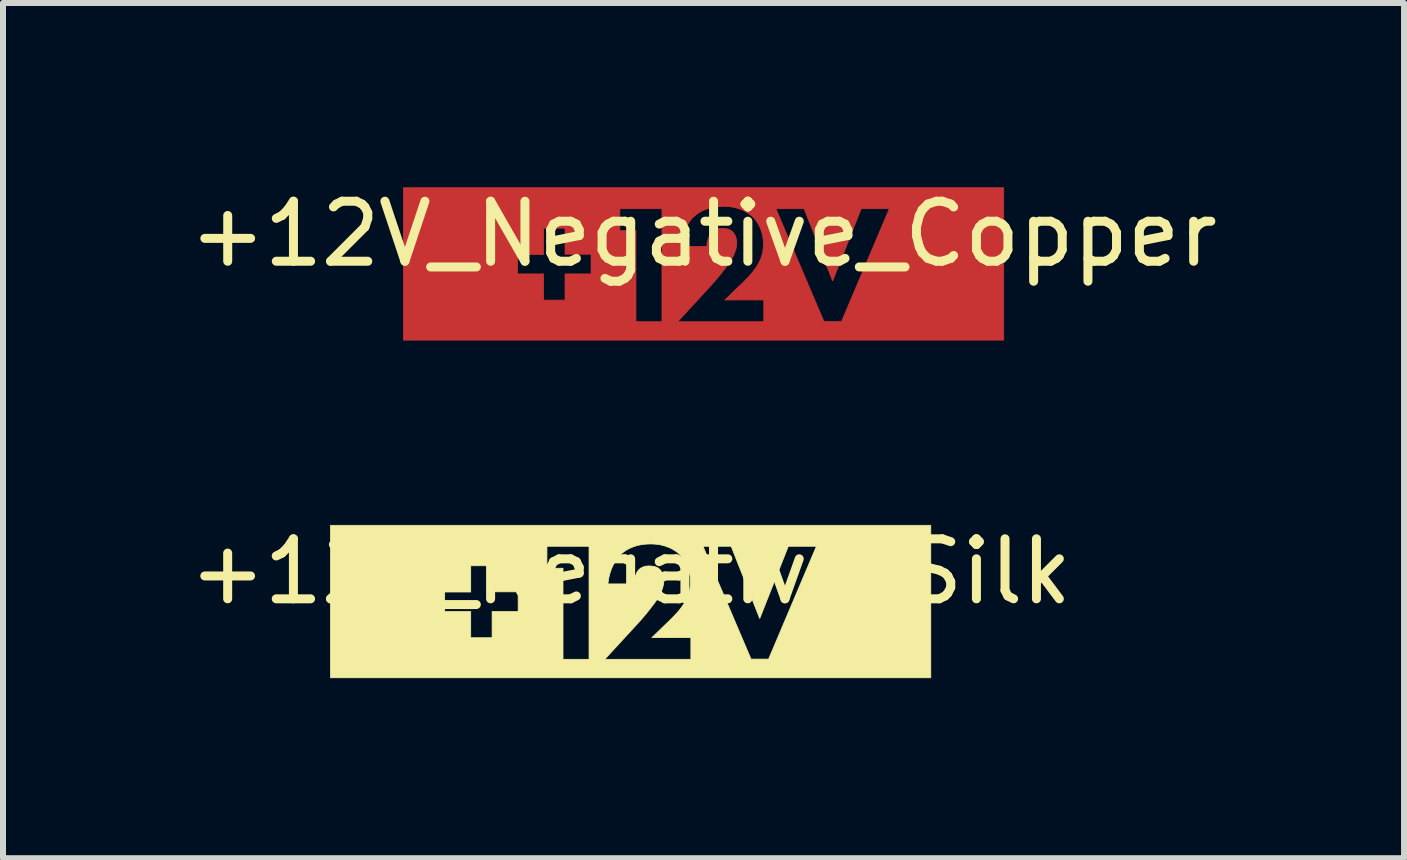
<source format=kicad_pcb>
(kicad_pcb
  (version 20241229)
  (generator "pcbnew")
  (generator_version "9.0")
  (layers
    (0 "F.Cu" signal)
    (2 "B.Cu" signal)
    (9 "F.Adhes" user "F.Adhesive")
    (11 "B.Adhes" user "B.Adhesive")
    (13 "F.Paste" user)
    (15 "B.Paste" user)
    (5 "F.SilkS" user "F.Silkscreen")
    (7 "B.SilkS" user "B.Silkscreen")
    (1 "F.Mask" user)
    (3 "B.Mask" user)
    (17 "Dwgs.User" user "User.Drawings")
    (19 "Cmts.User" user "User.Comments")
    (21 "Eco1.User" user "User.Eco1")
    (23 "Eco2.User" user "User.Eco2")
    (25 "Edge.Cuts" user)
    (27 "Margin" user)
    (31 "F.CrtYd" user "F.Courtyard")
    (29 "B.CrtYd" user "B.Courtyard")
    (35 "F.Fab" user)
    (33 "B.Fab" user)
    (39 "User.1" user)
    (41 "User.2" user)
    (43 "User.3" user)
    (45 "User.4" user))
  (footprint "+12V_Negative_Silk"
    (layer "F.Cu")
    (at 7.458 6.973)
    (property "Reference" "+12V_Negative_Silk" (at 0 -0.5 0) (unlocked yes) (layer "F.SilkS") (effects (font (size 1 1) (thickness 0.15))))
    (fp_poly (pts (xy 5.001 1.27) (xy -5 1.27) (xy -5 0.967) (xy 1.004 0.967) (xy 1.008 0.963) (xy 1.004 0.963) (xy 1.004 0.967) (xy -5 0.967) (xy -5 0.166) (xy -3.099 0.166) (xy -2.665 0.166) (xy -2.665 0.603) (xy -2.308 0.603) (xy -2.308 0.166) (xy -1.874 0.166) (xy -1.874 -0.162) (xy -2.308 -0.162) (xy -2.308 -0.554) (xy -1.395 -0.554) (xy -1.127 -0.554) (xy -1.127 0.963) (xy -0.693 0.963) (xy -0.432 0.963) (xy 1.004 0.963) (xy 1.004 0.6) (xy 0.355 0.6) (xy 0.553 0.409) (xy 0.598 0.366) (xy 0.641 0.325) (xy 0.682 0.285) (xy 0.72 0.246) (xy 0.757 0.206) (xy 0.775 0.187) (xy 0.792 0.167) (xy 0.809 0.147) (xy 0.825 0.126) (xy 0.841 0.106) (xy 0.856 0.085) (xy 0.873 0.061) (xy 0.889 0.037) (xy 0.903 0.013) (xy 0.917 -0.011) (xy 0.929 -0.035) (xy 0.941 -0.059) (xy 0.952 -0.084) (xy 0.961 -0.109) (xy 0.969 -0.134) (xy 0.977 -0.161) (xy 0.983 -0.187) (xy 0.988 -0.214) (xy 0.992 -0.243) (xy 0.995 -0.271) (xy 0.997 -0.301) (xy 0.997 -0.332) (xy 0.996 -0.368) (xy 0.994 -0.403) (xy 0.99 -0.437) (xy 0.984 -0.47) (xy 0.977 -0.502) (xy 0.968 -0.533) (xy 0.959 -0.563) (xy 0.947 -0.592) (xy 0.935 -0.62) (xy 0.922 -0.646) (xy 0.907 -0.672) (xy 0.892 -0.697) (xy 0.875 -0.72) (xy 0.858 -0.742) (xy 0.84 -0.763) (xy 0.821 -0.783) (xy 0.792 -0.809) (xy 0.774 -0.823) (xy 0.754 -0.838) (xy 0.732 -0.852) (xy 0.708 -0.867) (xy 0.682 -0.881) (xy 0.653 -0.895) (xy 0.622 -0.908) (xy 0.588 -0.92) (xy 0.587 -0.921) (xy 1.205 -0.921) (xy 2.006 0.96) (xy 2.299 0.96) (xy 3.096 -0.921) (xy 2.627 -0.921) (xy 2.151 0.282) (xy 1.675 -0.921) (xy 1.205 -0.921) (xy 0.587 -0.921) (xy 0.552 -0.931) (xy 0.514 -0.941) (xy 0.473 -0.949) (xy 0.429 -0.955) (xy 0.383 -0.958) (xy 0.334 -0.96) (xy 0.309 -0.959) (xy 0.285 -0.958) (xy 0.261 -0.957) (xy 0.239 -0.955) (xy 0.216 -0.953) (xy 0.194 -0.95) (xy 0.173 -0.946) (xy 0.153 -0.943) (xy 0.133 -0.938) (xy 0.113 -0.934) (xy 0.095 -0.929) (xy 0.076 -0.923) (xy 0.041 -0.911) (xy 0.009 -0.898) (xy -0.022 -0.884) (xy -0.051 -0.869) (xy -0.078 -0.853) (xy -0.103 -0.836) (xy -0.126 -0.819) (xy -0.147 -0.801) (xy -0.167 -0.783) (xy -0.185 -0.766) (xy -0.206 -0.742) (xy -0.226 -0.716) (xy -0.245 -0.69) (xy -0.262 -0.662) (xy -0.278 -0.634) (xy -0.293 -0.604) (xy -0.307 -0.574) (xy -0.32 -0.544) (xy -0.331 -0.513) (xy -0.342 -0.481) (xy -0.351 -0.449) (xy -0.359 -0.418) (xy -0.365 -0.386) (xy -0.371 -0.355) (xy -0.375 -0.324) (xy -0.379 -0.293) (xy 0.055 -0.293) (xy 0.056 -0.307) (xy 0.057 -0.322) (xy 0.058 -0.337) (xy 0.06 -0.353) (xy 0.063 -0.368) (xy 0.067 -0.384) (xy 0.071 -0.4) (xy 0.076 -0.416) (xy 0.081 -0.431) (xy 0.087 -0.447) (xy 0.093 -0.462) (xy 0.1 -0.476) (xy 0.107 -0.49) (xy 0.115 -0.502) (xy 0.124 -0.515) (xy 0.133 -0.526) (xy 0.14 -0.533) (xy 0.148 -0.54) (xy 0.156 -0.546) (xy 0.165 -0.552) (xy 0.174 -0.558) (xy 0.183 -0.564) (xy 0.193 -0.569) (xy 0.203 -0.574) (xy 0.214 -0.578) (xy 0.226 -0.582) (xy 0.238 -0.585) (xy 0.25 -0.588) (xy 0.263 -0.59) (xy 0.277 -0.591) (xy 0.291 -0.592) (xy 0.306 -0.593) (xy 0.32 -0.592) (xy 0.333 -0.592) (xy 0.346 -0.591) (xy 0.359 -0.589) (xy 0.372 -0.587) (xy 0.384 -0.585) (xy 0.395 -0.583) (xy 0.407 -0.579) (xy 0.418 -0.576) (xy 0.428 -0.572) (xy 0.438 -0.568) (xy 0.447 -0.563) (xy 0.456 -0.558) (xy 0.464 -0.552) (xy 0.472 -0.546) (xy 0.479 -0.54) (xy 0.487 -0.531) (xy 0.495 -0.522) (xy 0.503 -0.513) (xy 0.51 -0.503) (xy 0.516 -0.492) (xy 0.522 -0.481) (xy 0.528 -0.469) (xy 0.533 -0.457) (xy 0.537 -0.444) (xy 0.541 -0.432) (xy 0.545 -0.419) (xy 0.548 -0.406) (xy 0.55 -0.393) (xy 0.551 -0.379) (xy 0.552 -0.366) (xy 0.553 -0.353) (xy 0.553 -0.341) (xy 0.552 -0.329) (xy 0.55 -0.305) (xy 0.546 -0.282) (xy 0.541 -0.259) (xy 0.535 -0.236) (xy 0.528 -0.214) (xy 0.52 -0.193) (xy 0.512 -0.172) (xy 0.503 -0.151) (xy 0.494 -0.132) (xy 0.485 -0.113) (xy 0.475 -0.095) (xy 0.457 -0.063) (xy 0.44 -0.035) (xy 0.413 0.003) (xy 0.38 0.048) (xy 0.342 0.098) (xy 0.301 0.15) (xy 0.258 0.204) (xy 0.214 0.256) (xy 0.172 0.305) (xy 0.133 0.349) (xy -0.432 0.963) (xy -0.693 0.963) (xy -0.693 -0.921) (xy -1.395 -0.921) (xy -1.395 -0.554) (xy -2.308 -0.554) (xy -2.308 -0.596) (xy -2.665 -0.596) (xy -2.665 -0.159) (xy -3.099 -0.159) (xy -3.099 0.166) (xy -5 0.166) (xy -5 -0.159) (xy -3.099 -0.159) (xy -3.099 -0.162) (xy -3.099 -0.159) (xy -5 -0.159) (xy -5 -1.27) (xy 5.001 -1.27)) (stroke (width 0.013) (type solid)) (fill yes) (layer "F.SilkS")))
  (footprint "+12V_Negative_Copper"
    (layer "F.Cu")
    (at 8.673 1.348)
    (property "Reference" "+12V_Negative_Copper" (at 0 -0.5 0) (unlocked yes) (layer "F.SilkS") (effects (font (size 1 1) (thickness 0.15))))
    (fp_poly (pts (xy 5.001 1.27) (xy -5 1.27) (xy -5 0.967) (xy 1.004 0.967) (xy 1.008 0.963) (xy 1.004 0.963) (xy 1.004 0.967) (xy -5 0.967) (xy -5 0.166) (xy -3.099 0.166) (xy -2.665 0.166) (xy -2.665 0.603) (xy -2.308 0.603) (xy -2.308 0.166) (xy -1.874 0.166) (xy -1.874 -0.162) (xy -2.308 -0.162) (xy -2.308 -0.554) (xy -1.395 -0.554) (xy -1.127 -0.554) (xy -1.127 0.963) (xy -0.693 0.963) (xy -0.432 0.963) (xy 1.004 0.963) (xy 1.004 0.6) (xy 0.355 0.6) (xy 0.553 0.409) (xy 0.598 0.366) (xy 0.641 0.325) (xy 0.682 0.285) (xy 0.72 0.246) (xy 0.757 0.206) (xy 0.775 0.187) (xy 0.792 0.167) (xy 0.809 0.147) (xy 0.825 0.126) (xy 0.841 0.106) (xy 0.856 0.085) (xy 0.873 0.061) (xy 0.889 0.037) (xy 0.903 0.013) (xy 0.917 -0.011) (xy 0.929 -0.035) (xy 0.941 -0.059) (xy 0.952 -0.084) (xy 0.961 -0.109) (xy 0.969 -0.134) (xy 0.977 -0.161) (xy 0.983 -0.187) (xy 0.988 -0.214) (xy 0.992 -0.243) (xy 0.995 -0.271) (xy 0.997 -0.301) (xy 0.997 -0.332) (xy 0.996 -0.368) (xy 0.994 -0.403) (xy 0.99 -0.437) (xy 0.984 -0.47) (xy 0.977 -0.502) (xy 0.968 -0.533) (xy 0.959 -0.563) (xy 0.947 -0.592) (xy 0.935 -0.62) (xy 0.922 -0.646) (xy 0.907 -0.672) (xy 0.892 -0.697) (xy 0.875 -0.72) (xy 0.858 -0.742) (xy 0.84 -0.763) (xy 0.821 -0.783) (xy 0.792 -0.809) (xy 0.774 -0.823) (xy 0.754 -0.838) (xy 0.732 -0.852) (xy 0.708 -0.867) (xy 0.682 -0.881) (xy 0.653 -0.895) (xy 0.622 -0.908) (xy 0.588 -0.92) (xy 0.587 -0.921) (xy 1.205 -0.921) (xy 2.006 0.96) (xy 2.299 0.96) (xy 3.096 -0.921) (xy 2.627 -0.921) (xy 2.151 0.282) (xy 1.675 -0.921) (xy 1.205 -0.921) (xy 0.587 -0.921) (xy 0.552 -0.931) (xy 0.514 -0.941) (xy 0.473 -0.949) (xy 0.429 -0.955) (xy 0.383 -0.958) (xy 0.334 -0.96) (xy 0.309 -0.959) (xy 0.285 -0.958) (xy 0.261 -0.957) (xy 0.239 -0.955) (xy 0.216 -0.953) (xy 0.194 -0.95) (xy 0.173 -0.946) (xy 0.153 -0.943) (xy 0.133 -0.938) (xy 0.113 -0.934) (xy 0.095 -0.929) (xy 0.076 -0.923) (xy 0.041 -0.911) (xy 0.009 -0.898) (xy -0.022 -0.884) (xy -0.051 -0.869) (xy -0.078 -0.853) (xy -0.103 -0.836) (xy -0.126 -0.819) (xy -0.147 -0.801) (xy -0.167 -0.783) (xy -0.185 -0.766) (xy -0.206 -0.742) (xy -0.226 -0.716) (xy -0.245 -0.69) (xy -0.262 -0.662) (xy -0.278 -0.634) (xy -0.293 -0.604) (xy -0.307 -0.574) (xy -0.32 -0.544) (xy -0.331 -0.513) (xy -0.342 -0.481) (xy -0.351 -0.449) (xy -0.359 -0.418) (xy -0.365 -0.386) (xy -0.371 -0.355) (xy -0.375 -0.324) (xy -0.379 -0.293) (xy 0.055 -0.293) (xy 0.056 -0.307) (xy 0.057 -0.322) (xy 0.058 -0.337) (xy 0.06 -0.353) (xy 0.063 -0.368) (xy 0.067 -0.384) (xy 0.071 -0.4) (xy 0.076 -0.416) (xy 0.081 -0.431) (xy 0.087 -0.447) (xy 0.093 -0.462) (xy 0.1 -0.476) (xy 0.107 -0.49) (xy 0.115 -0.502) (xy 0.124 -0.515) (xy 0.133 -0.526) (xy 0.14 -0.533) (xy 0.148 -0.54) (xy 0.156 -0.546) (xy 0.165 -0.552) (xy 0.174 -0.558) (xy 0.183 -0.564) (xy 0.193 -0.569) (xy 0.203 -0.574) (xy 0.214 -0.578) (xy 0.226 -0.582) (xy 0.238 -0.585) (xy 0.25 -0.588) (xy 0.263 -0.59) (xy 0.277 -0.591) (xy 0.291 -0.592) (xy 0.306 -0.593) (xy 0.32 -0.592) (xy 0.333 -0.592) (xy 0.346 -0.591) (xy 0.359 -0.589) (xy 0.372 -0.587) (xy 0.384 -0.585) (xy 0.395 -0.583) (xy 0.407 -0.579) (xy 0.418 -0.576) (xy 0.428 -0.572) (xy 0.438 -0.568) (xy 0.447 -0.563) (xy 0.456 -0.558) (xy 0.464 -0.552) (xy 0.472 -0.546) (xy 0.479 -0.54) (xy 0.487 -0.531) (xy 0.495 -0.522) (xy 0.503 -0.513) (xy 0.51 -0.503) (xy 0.516 -0.492) (xy 0.522 -0.481) (xy 0.528 -0.469) (xy 0.533 -0.457) (xy 0.537 -0.444) (xy 0.541 -0.432) (xy 0.545 -0.419) (xy 0.548 -0.406) (xy 0.55 -0.393) (xy 0.551 -0.379) (xy 0.552 -0.366) (xy 0.553 -0.353) (xy 0.553 -0.341) (xy 0.552 -0.329) (xy 0.55 -0.305) (xy 0.546 -0.282) (xy 0.541 -0.259) (xy 0.535 -0.236) (xy 0.528 -0.214) (xy 0.52 -0.193) (xy 0.512 -0.172) (xy 0.503 -0.151) (xy 0.494 -0.132) (xy 0.485 -0.113) (xy 0.475 -0.095) (xy 0.457 -0.063) (xy 0.44 -0.035) (xy 0.413 0.003) (xy 0.38 0.048) (xy 0.342 0.098) (xy 0.301 0.15) (xy 0.258 0.204) (xy 0.214 0.256) (xy 0.172 0.305) (xy 0.133 0.349) (xy -0.432 0.963) (xy -0.693 0.963) (xy -0.693 -0.921) (xy -1.395 -0.921) (xy -1.395 -0.554) (xy -2.308 -0.554) (xy -2.308 -0.596) (xy -2.665 -0.596) (xy -2.665 -0.159) (xy -3.099 -0.159) (xy -3.099 0.166) (xy -5 0.166) (xy -5 -0.159) (xy -3.099 -0.159) (xy -3.099 -0.162) (xy -3.099 -0.159) (xy -5 -0.159) (xy -5 -1.27) (xy 5.001 -1.27)) (stroke (width 0.013) (type solid)) (fill yes) (layer "F.Cu")))
  (gr_rect
    (start -3 -3)
    (end 20.345 11.25)
    (stroke (width 0.1) (type default))
    (fill no)
    (layer "Edge.Cuts")))
</source>
